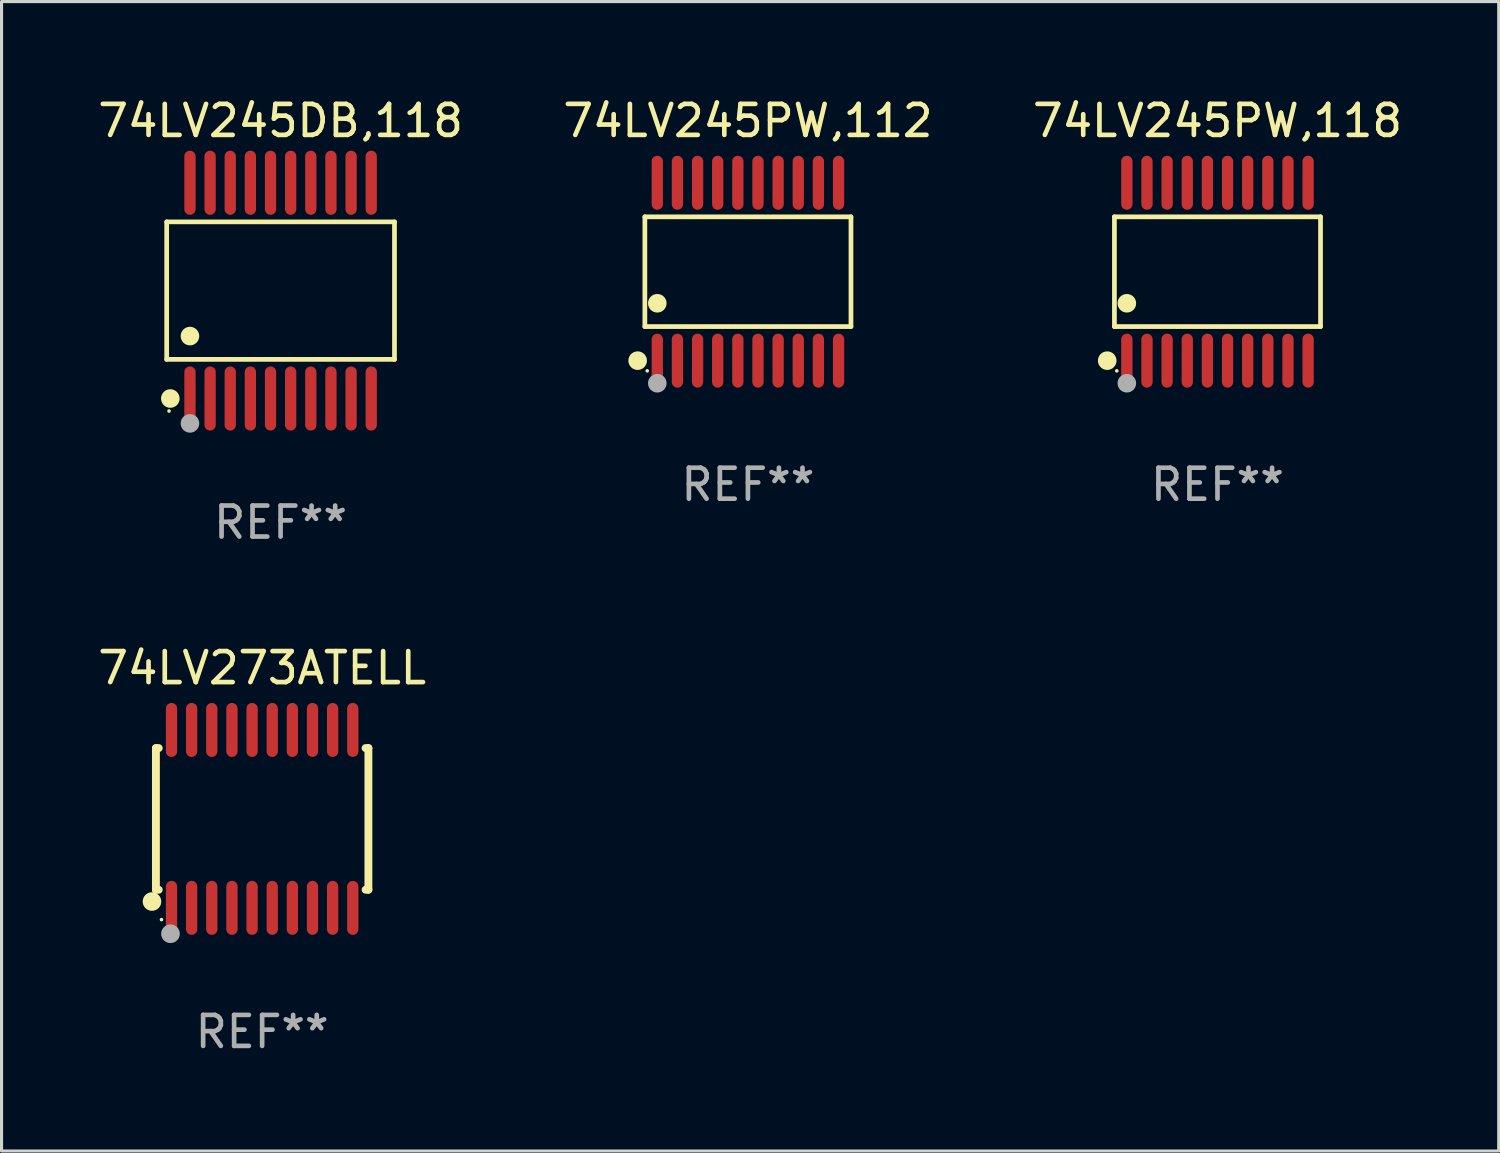
<source format=kicad_pcb>
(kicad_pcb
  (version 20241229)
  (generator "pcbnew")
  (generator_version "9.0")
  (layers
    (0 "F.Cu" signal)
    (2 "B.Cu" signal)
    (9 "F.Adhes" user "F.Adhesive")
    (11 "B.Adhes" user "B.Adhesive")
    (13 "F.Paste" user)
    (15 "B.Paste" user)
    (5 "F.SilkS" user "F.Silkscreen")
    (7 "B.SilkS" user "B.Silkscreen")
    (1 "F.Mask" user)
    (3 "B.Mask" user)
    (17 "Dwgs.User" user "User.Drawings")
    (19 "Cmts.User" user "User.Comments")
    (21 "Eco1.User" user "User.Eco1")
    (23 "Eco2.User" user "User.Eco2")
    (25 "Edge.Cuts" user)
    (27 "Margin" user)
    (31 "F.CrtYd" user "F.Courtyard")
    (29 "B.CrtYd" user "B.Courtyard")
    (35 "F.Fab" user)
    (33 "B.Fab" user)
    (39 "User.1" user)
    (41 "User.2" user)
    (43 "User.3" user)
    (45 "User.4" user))
  (footprint "74LV245DB,118"
    (layer "F.Cu")
    (at 6.006 6.33)
    (property "Reference" "74LV245DB,118" (at 0 -5.482 0) (layer "F.SilkS") (effects (font (size 1 1) (thickness 0.15))))
    (attr through_hole)
    (fp_line (start -3.676 -2.219) (end 3.676 -2.219) (stroke (width 0.152) (type solid)) (layer "F.SilkS"))
    (fp_line (start -3.676 2.219) (end -3.676 -2.219) (stroke (width 0.152) (type solid)) (layer "F.SilkS"))
    (fp_line (start 3.676 -2.219) (end 3.676 2.219) (stroke (width 0.152) (type solid)) (layer "F.SilkS"))
    (fp_line (start 3.676 2.219) (end -3.676 2.219) (stroke (width 0.152) (type solid)) (layer "F.SilkS"))
    (fp_circle (center -3.6 3.885) (end -3.57 3.885) (stroke (width 0.06) (type solid)) (fill no) (layer "F.SilkS"))
    (fp_circle (center -3.559 3.482) (end -3.409 3.482) (stroke (width 0.3) (type solid)) (fill no) (layer "F.SilkS"))
    (fp_circle (center -2.925 1.467) (end -2.775 1.467) (stroke (width 0.3) (type solid)) (fill no) (layer "F.SilkS"))
    (fp_circle (center -2.925 4.285) (end -2.775 4.285) (stroke (width 0.3) (type solid)) (fill no) (layer "F.Fab"))
    (fp_text user "REF**" (at 0 7.482 0) (layer "F.Fab") (effects (font (size 1 1) (thickness 0.15))))
    (pad "1" smd oval (at -2.925 3.482) (size 0.364 2.069) (layers "F.Cu" "F.Mask" "F.Paste"))
    (pad "2" smd oval (at -2.275 3.482) (size 0.364 2.069) (layers "F.Cu" "F.Mask" "F.Paste"))
    (pad "3" smd oval (at -1.625 3.482) (size 0.364 2.069) (layers "F.Cu" "F.Mask" "F.Paste"))
    (pad "4" smd oval (at -0.975 3.482) (size 0.364 2.069) (layers "F.Cu" "F.Mask" "F.Paste"))
    (pad "5" smd oval (at -0.325 3.482) (size 0.364 2.069) (layers "F.Cu" "F.Mask" "F.Paste"))
    (pad "6" smd oval (at 0.325 3.482) (size 0.364 2.069) (layers "F.Cu" "F.Mask" "F.Paste"))
    (pad "7" smd oval (at 0.975 3.482) (size 0.364 2.069) (layers "F.Cu" "F.Mask" "F.Paste"))
    (pad "8" smd oval (at 1.625 3.482) (size 0.364 2.069) (layers "F.Cu" "F.Mask" "F.Paste"))
    (pad "9" smd oval (at 2.275 3.482) (size 0.364 2.069) (layers "F.Cu" "F.Mask" "F.Paste"))
    (pad "10" smd oval (at 2.925 3.482) (size 0.364 2.069) (layers "F.Cu" "F.Mask" "F.Paste"))
    (pad "11" smd oval (at 2.925 -3.482) (size 0.364 2.069) (layers "F.Cu" "F.Mask" "F.Paste"))
    (pad "12" smd oval (at 2.275 -3.482) (size 0.364 2.069) (layers "F.Cu" "F.Mask" "F.Paste"))
    (pad "13" smd oval (at 1.625 -3.482) (size 0.364 2.069) (layers "F.Cu" "F.Mask" "F.Paste"))
    (pad "14" smd oval (at 0.975 -3.482) (size 0.364 2.069) (layers "F.Cu" "F.Mask" "F.Paste"))
    (pad "15" smd oval (at 0.325 -3.482) (size 0.364 2.069) (layers "F.Cu" "F.Mask" "F.Paste"))
    (pad "16" smd oval (at -0.325 -3.482) (size 0.364 2.069) (layers "F.Cu" "F.Mask" "F.Paste"))
    (pad "17" smd oval (at -0.975 -3.482) (size 0.364 2.069) (layers "F.Cu" "F.Mask" "F.Paste"))
    (pad "18" smd oval (at -1.625 -3.482) (size 0.364 2.069) (layers "F.Cu" "F.Mask" "F.Paste"))
    (pad "19" smd oval (at -2.275 -3.482) (size 0.364 2.069) (layers "F.Cu" "F.Mask" "F.Paste"))
    (pad "20" smd oval (at -2.925 -3.482) (size 0.364 2.069) (layers "F.Cu" "F.Mask" "F.Paste")))
  (footprint "74LV245PW,118"
    (layer "F.Cu")
    (at 36.244 5.719)
    (property "Reference" "74LV245PW,118" (at 0 -4.871 0) (layer "F.SilkS") (effects (font (size 1 1) (thickness 0.15))))
    (attr through_hole)
    (fp_line (start -3.326 -1.771) (end 3.326 -1.771) (stroke (width 0.152) (type solid)) (layer "F.SilkS"))
    (fp_line (start -3.326 1.771) (end -3.326 -1.771) (stroke (width 0.152) (type solid)) (layer "F.SilkS"))
    (fp_line (start 3.326 -1.771) (end 3.326 1.771) (stroke (width 0.152) (type solid)) (layer "F.SilkS"))
    (fp_line (start 3.326 1.771) (end -3.326 1.771) (stroke (width 0.152) (type solid)) (layer "F.SilkS"))
    (fp_circle (center -3.559 2.871) (end -3.409 2.871) (stroke (width 0.3) (type solid)) (fill no) (layer "F.SilkS"))
    (fp_circle (center -3.25 3.2) (end -3.22 3.2) (stroke (width 0.06) (type solid)) (fill no) (layer "F.SilkS"))
    (fp_circle (center -2.925 1.019) (end -2.775 1.019) (stroke (width 0.3) (type solid)) (fill no) (layer "F.SilkS"))
    (fp_circle (center -2.925 3.6) (end -2.775 3.6) (stroke (width 0.3) (type solid)) (fill no) (layer "F.Fab"))
    (fp_text user "REF**" (at 0 6.871 0) (layer "F.Fab") (effects (font (size 1 1) (thickness 0.15))))
    (pad "1" smd oval (at -2.925 2.871) (size 0.364 1.742) (layers "F.Cu" "F.Mask" "F.Paste"))
    (pad "2" smd oval (at -2.275 2.871) (size 0.364 1.742) (layers "F.Cu" "F.Mask" "F.Paste"))
    (pad "3" smd oval (at -1.625 2.871) (size 0.364 1.742) (layers "F.Cu" "F.Mask" "F.Paste"))
    (pad "4" smd oval (at -0.975 2.871) (size 0.364 1.742) (layers "F.Cu" "F.Mask" "F.Paste"))
    (pad "5" smd oval (at -0.325 2.871) (size 0.364 1.742) (layers "F.Cu" "F.Mask" "F.Paste"))
    (pad "6" smd oval (at 0.325 2.871) (size 0.364 1.742) (layers "F.Cu" "F.Mask" "F.Paste"))
    (pad "7" smd oval (at 0.975 2.871) (size 0.364 1.742) (layers "F.Cu" "F.Mask" "F.Paste"))
    (pad "8" smd oval (at 1.625 2.871) (size 0.364 1.742) (layers "F.Cu" "F.Mask" "F.Paste"))
    (pad "9" smd oval (at 2.275 2.871) (size 0.364 1.742) (layers "F.Cu" "F.Mask" "F.Paste"))
    (pad "10" smd oval (at 2.925 2.871) (size 0.364 1.742) (layers "F.Cu" "F.Mask" "F.Paste"))
    (pad "11" smd oval (at 2.925 -2.871) (size 0.364 1.742) (layers "F.Cu" "F.Mask" "F.Paste"))
    (pad "12" smd oval (at 2.275 -2.871) (size 0.364 1.742) (layers "F.Cu" "F.Mask" "F.Paste"))
    (pad "13" smd oval (at 1.625 -2.871) (size 0.364 1.742) (layers "F.Cu" "F.Mask" "F.Paste"))
    (pad "14" smd oval (at 0.975 -2.871) (size 0.364 1.742) (layers "F.Cu" "F.Mask" "F.Paste"))
    (pad "15" smd oval (at 0.325 -2.871) (size 0.364 1.742) (layers "F.Cu" "F.Mask" "F.Paste"))
    (pad "16" smd oval (at -0.325 -2.871) (size 0.364 1.742) (layers "F.Cu" "F.Mask" "F.Paste"))
    (pad "17" smd oval (at -0.975 -2.871) (size 0.364 1.742) (layers "F.Cu" "F.Mask" "F.Paste"))
    (pad "18" smd oval (at -1.625 -2.871) (size 0.364 1.742) (layers "F.Cu" "F.Mask" "F.Paste"))
    (pad "19" smd oval (at -2.275 -2.871) (size 0.364 1.742) (layers "F.Cu" "F.Mask" "F.Paste"))
    (pad "20" smd oval (at -2.925 -2.871) (size 0.364 1.742) (layers "F.Cu" "F.Mask" "F.Paste")))
  (footprint "74LV273ATELL"
    (layer "F.Cu")
    (at 5.411 23.38)
    (property "Reference" "74LV273ATELL" (at 0 -4.871 0) (layer "F.SilkS") (effects (font (size 1 1) (thickness 0.15))))
    (attr through_hole)
    (fp_line (start -3.429 -2.286) (end -3.429 2.286) (stroke (width 0.254) (type solid)) (layer "F.SilkS"))
    (fp_line (start -3.429 2.286) (end -3.338 2.286) (stroke (width 0.254) (type solid)) (layer "F.SilkS"))
    (fp_line (start -3.338 -2.286) (end -3.429 -2.286) (stroke (width 0.254) (type solid)) (layer "F.SilkS"))
    (fp_line (start 3.338 -2.286) (end 3.429 -2.286) (stroke (width 0.254) (type solid)) (layer "F.SilkS"))
    (fp_line (start 3.429 -2.286) (end 3.429 2.286) (stroke (width 0.254) (type solid)) (layer "F.SilkS"))
    (fp_line (start 3.429 2.286) (end 3.338 2.286) (stroke (width 0.254) (type solid)) (layer "F.SilkS"))
    (fp_circle (center -3.556 2.667) (end -3.406 2.667) (stroke (width 0.3) (type solid)) (fill no) (layer "F.SilkS"))
    (fp_circle (center -3.25 3.25) (end -3.22 3.25) (stroke (width 0.06) (type solid)) (fill no) (layer "F.SilkS"))
    (fp_circle (center -2.959 3.707) (end -2.808 3.707) (stroke (width 0.3) (type solid)) (fill no) (layer "F.Fab"))
    (fp_text user "REF**" (at 0 6.871 0) (layer "F.Fab") (effects (font (size 1 1) (thickness 0.15))))
    (pad "1" smd oval (at -2.925 2.871) (size 0.364 1.742) (layers "F.Cu" "F.Mask" "F.Paste"))
    (pad "2" smd oval (at -2.275 2.871) (size 0.364 1.742) (layers "F.Cu" "F.Mask" "F.Paste"))
    (pad "3" smd oval (at -1.625 2.871) (size 0.364 1.742) (layers "F.Cu" "F.Mask" "F.Paste"))
    (pad "4" smd oval (at -0.975 2.871) (size 0.364 1.742) (layers "F.Cu" "F.Mask" "F.Paste"))
    (pad "5" smd oval (at -0.325 2.871) (size 0.364 1.742) (layers "F.Cu" "F.Mask" "F.Paste"))
    (pad "6" smd oval (at 0.325 2.871) (size 0.364 1.742) (layers "F.Cu" "F.Mask" "F.Paste"))
    (pad "7" smd oval (at 0.975 2.871) (size 0.364 1.742) (layers "F.Cu" "F.Mask" "F.Paste"))
    (pad "8" smd oval (at 1.625 2.871) (size 0.364 1.742) (layers "F.Cu" "F.Mask" "F.Paste"))
    (pad "9" smd oval (at 2.275 2.871) (size 0.364 1.742) (layers "F.Cu" "F.Mask" "F.Paste"))
    (pad "10" smd oval (at 2.925 2.871) (size 0.364 1.742) (layers "F.Cu" "F.Mask" "F.Paste"))
    (pad "11" smd oval (at 2.925 -2.871) (size 0.364 1.742) (layers "F.Cu" "F.Mask" "F.Paste"))
    (pad "12" smd oval (at 2.275 -2.871) (size 0.364 1.742) (layers "F.Cu" "F.Mask" "F.Paste"))
    (pad "13" smd oval (at 1.625 -2.871) (size 0.364 1.742) (layers "F.Cu" "F.Mask" "F.Paste"))
    (pad "14" smd oval (at 0.975 -2.871) (size 0.364 1.742) (layers "F.Cu" "F.Mask" "F.Paste"))
    (pad "15" smd oval (at 0.325 -2.871) (size 0.364 1.742) (layers "F.Cu" "F.Mask" "F.Paste"))
    (pad "16" smd oval (at -0.325 -2.871) (size 0.364 1.742) (layers "F.Cu" "F.Mask" "F.Paste"))
    (pad "17" smd oval (at -0.975 -2.871) (size 0.364 1.742) (layers "F.Cu" "F.Mask" "F.Paste"))
    (pad "18" smd oval (at -1.625 -2.871) (size 0.364 1.742) (layers "F.Cu" "F.Mask" "F.Paste"))
    (pad "19" smd oval (at -2.275 -2.871) (size 0.364 1.742) (layers "F.Cu" "F.Mask" "F.Paste"))
    (pad "20" smd oval (at -2.925 -2.871) (size 0.364 1.742) (layers "F.Cu" "F.Mask" "F.Paste")))
  (footprint "74LV245PW,112"
    (layer "F.Cu")
    (at 21.089 5.719)
    (property "Reference" "74LV245PW,112" (at 0 -4.871 0) (layer "F.SilkS") (effects (font (size 1 1) (thickness 0.15))))
    (attr through_hole)
    (fp_line (start -3.326 -1.771) (end 3.326 -1.771) (stroke (width 0.152) (type solid)) (layer "F.SilkS"))
    (fp_line (start -3.326 1.771) (end -3.326 -1.771) (stroke (width 0.152) (type solid)) (layer "F.SilkS"))
    (fp_line (start 3.326 -1.771) (end 3.326 1.771) (stroke (width 0.152) (type solid)) (layer "F.SilkS"))
    (fp_line (start 3.326 1.771) (end -3.326 1.771) (stroke (width 0.152) (type solid)) (layer "F.SilkS"))
    (fp_circle (center -3.559 2.871) (end -3.409 2.871) (stroke (width 0.3) (type solid)) (fill no) (layer "F.SilkS"))
    (fp_circle (center -3.25 3.2) (end -3.22 3.2) (stroke (width 0.06) (type solid)) (fill no) (layer "F.SilkS"))
    (fp_circle (center -2.925 1.019) (end -2.775 1.019) (stroke (width 0.3) (type solid)) (fill no) (layer "F.SilkS"))
    (fp_circle (center -2.925 3.6) (end -2.775 3.6) (stroke (width 0.3) (type solid)) (fill no) (layer "F.Fab"))
    (fp_text user "REF**" (at 0 6.871 0) (layer "F.Fab") (effects (font (size 1 1) (thickness 0.15))))
    (pad "1" smd oval (at -2.925 2.871) (size 0.364 1.742) (layers "F.Cu" "F.Mask" "F.Paste"))
    (pad "2" smd oval (at -2.275 2.871) (size 0.364 1.742) (layers "F.Cu" "F.Mask" "F.Paste"))
    (pad "3" smd oval (at -1.625 2.871) (size 0.364 1.742) (layers "F.Cu" "F.Mask" "F.Paste"))
    (pad "4" smd oval (at -0.975 2.871) (size 0.364 1.742) (layers "F.Cu" "F.Mask" "F.Paste"))
    (pad "5" smd oval (at -0.325 2.871) (size 0.364 1.742) (layers "F.Cu" "F.Mask" "F.Paste"))
    (pad "6" smd oval (at 0.325 2.871) (size 0.364 1.742) (layers "F.Cu" "F.Mask" "F.Paste"))
    (pad "7" smd oval (at 0.975 2.871) (size 0.364 1.742) (layers "F.Cu" "F.Mask" "F.Paste"))
    (pad "8" smd oval (at 1.625 2.871) (size 0.364 1.742) (layers "F.Cu" "F.Mask" "F.Paste"))
    (pad "9" smd oval (at 2.275 2.871) (size 0.364 1.742) (layers "F.Cu" "F.Mask" "F.Paste"))
    (pad "10" smd oval (at 2.925 2.871) (size 0.364 1.742) (layers "F.Cu" "F.Mask" "F.Paste"))
    (pad "11" smd oval (at 2.925 -2.871) (size 0.364 1.742) (layers "F.Cu" "F.Mask" "F.Paste"))
    (pad "12" smd oval (at 2.275 -2.871) (size 0.364 1.742) (layers "F.Cu" "F.Mask" "F.Paste"))
    (pad "13" smd oval (at 1.625 -2.871) (size 0.364 1.742) (layers "F.Cu" "F.Mask" "F.Paste"))
    (pad "14" smd oval (at 0.975 -2.871) (size 0.364 1.742) (layers "F.Cu" "F.Mask" "F.Paste"))
    (pad "15" smd oval (at 0.325 -2.871) (size 0.364 1.742) (layers "F.Cu" "F.Mask" "F.Paste"))
    (pad "16" smd oval (at -0.325 -2.871) (size 0.364 1.742) (layers "F.Cu" "F.Mask" "F.Paste"))
    (pad "17" smd oval (at -0.975 -2.871) (size 0.364 1.742) (layers "F.Cu" "F.Mask" "F.Paste"))
    (pad "18" smd oval (at -1.625 -2.871) (size 0.364 1.742) (layers "F.Cu" "F.Mask" "F.Paste"))
    (pad "19" smd oval (at -2.275 -2.871) (size 0.364 1.742) (layers "F.Cu" "F.Mask" "F.Paste"))
    (pad "20" smd oval (at -2.925 -2.871) (size 0.364 1.742) (layers "F.Cu" "F.Mask" "F.Paste")))
  (gr_rect
    (start -3 -3)
    (end 45.321 34.099)
    (stroke (width 0.1) (type default))
    (fill no)
    (layer "Edge.Cuts")))
</source>
